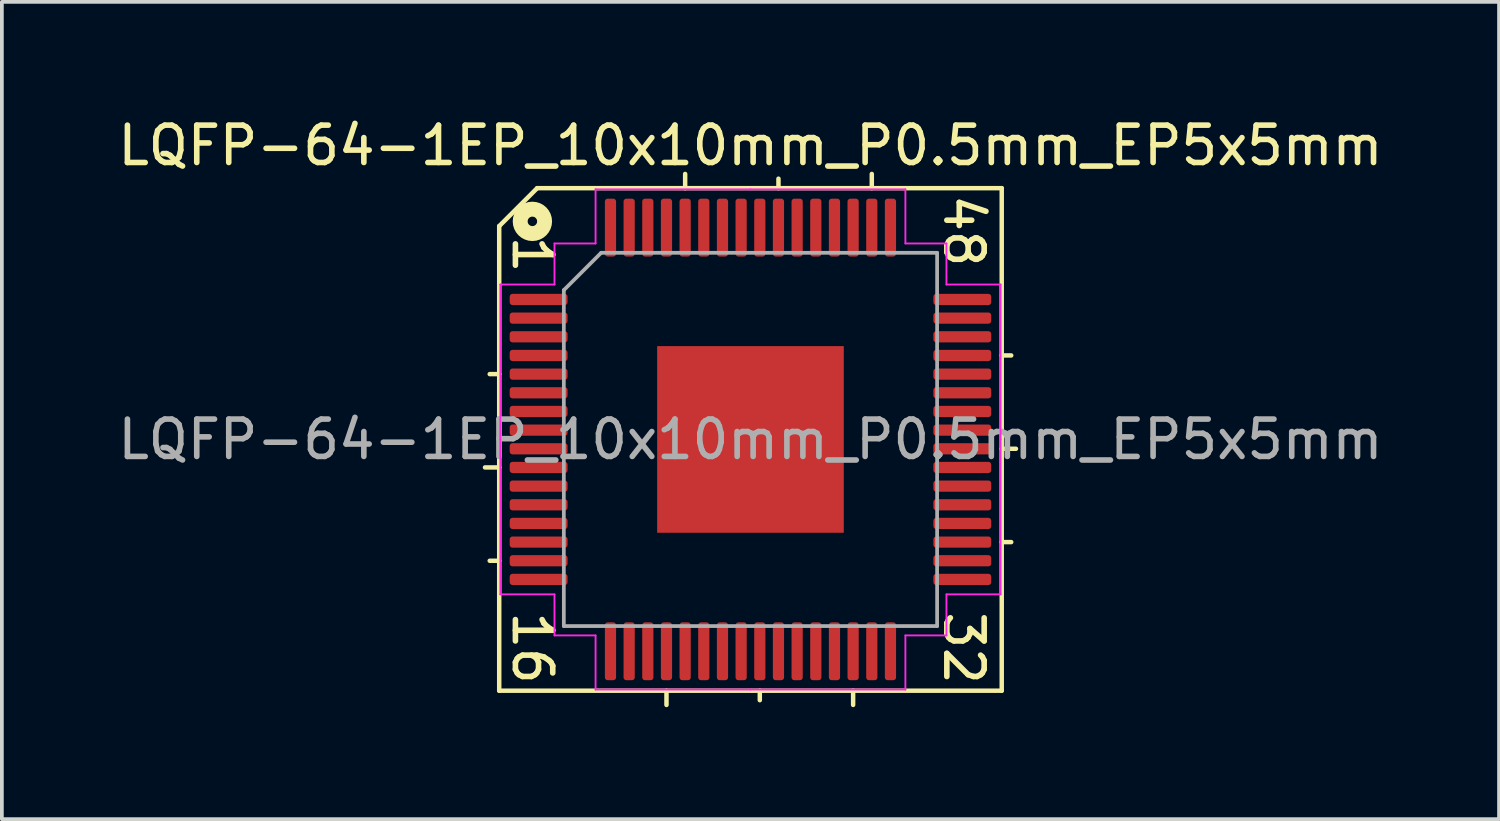
<source format=kicad_pcb>
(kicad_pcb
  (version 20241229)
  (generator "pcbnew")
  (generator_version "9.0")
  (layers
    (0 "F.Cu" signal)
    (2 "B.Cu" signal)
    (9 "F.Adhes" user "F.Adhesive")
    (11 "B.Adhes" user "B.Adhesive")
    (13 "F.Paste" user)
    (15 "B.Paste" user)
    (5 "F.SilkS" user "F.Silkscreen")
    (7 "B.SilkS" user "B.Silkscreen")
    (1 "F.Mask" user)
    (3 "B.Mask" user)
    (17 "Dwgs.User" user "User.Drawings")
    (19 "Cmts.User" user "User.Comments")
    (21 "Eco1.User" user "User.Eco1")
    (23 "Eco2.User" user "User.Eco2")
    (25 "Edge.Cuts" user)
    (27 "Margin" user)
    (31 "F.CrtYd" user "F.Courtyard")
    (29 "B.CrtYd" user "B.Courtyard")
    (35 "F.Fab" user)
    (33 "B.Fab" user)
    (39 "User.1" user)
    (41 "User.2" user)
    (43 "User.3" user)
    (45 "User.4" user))
  (footprint "LQFP-64-1EP_10x10mm_P0.5mm_EP5x5mm"
    (layer "F.Cu")
    (at 17.054 8.722)
    (property "Reference" "LQFP-64-1EP_10x10mm_P0.5mm_EP5x5mm" (at 0 -7.874 0) (layer "F.SilkS") (effects (font (size 1 1) (thickness 0.15))))
    (attr smd)
    (fp_line (start -6.731 -5.715) (end -6.731 6.731) (stroke (width 0.12) (type solid)) (layer "F.SilkS"))
    (fp_line (start -6.731 -1.75) (end -6.985 -1.75) (stroke (width 0.12) (type solid)) (layer "F.SilkS"))
    (fp_line (start -6.731 0.75) (end -7.112 0.75) (stroke (width 0.12) (type solid)) (layer "F.SilkS"))
    (fp_line (start -6.731 3.25) (end -6.985 3.25) (stroke (width 0.12) (type solid)) (layer "F.SilkS"))
    (fp_line (start -6.731 6.731) (end 6.731 6.731) (stroke (width 0.12) (type solid)) (layer "F.SilkS"))
    (fp_line (start -5.715 -6.731) (end -6.731 -5.715) (stroke (width 0.12) (type solid)) (layer "F.SilkS"))
    (fp_line (start -2.25 6.731) (end -2.25 7.112) (stroke (width 0.12) (type solid)) (layer "F.SilkS"))
    (fp_line (start -1.75 -6.731) (end -1.75 -7.112) (stroke (width 0.12) (type solid)) (layer "F.SilkS"))
    (fp_line (start 0.25 6.731) (end 0.25 6.985) (stroke (width 0.12) (type solid)) (layer "F.SilkS"))
    (fp_line (start 0.75 -6.731) (end 0.75 -6.985) (stroke (width 0.12) (type solid)) (layer "F.SilkS"))
    (fp_line (start 2.75 7.112) (end 2.75 6.731) (stroke (width 0.12) (type solid)) (layer "F.SilkS"))
    (fp_line (start 3.25 -6.731) (end 3.25 -7.112) (stroke (width 0.12) (type solid)) (layer "F.SilkS"))
    (fp_line (start 6.731 -6.731) (end -5.715 -6.731) (stroke (width 0.12) (type solid)) (layer "F.SilkS"))
    (fp_line (start 6.731 -2.25) (end 6.985 -2.25) (stroke (width 0.12) (type solid)) (layer "F.SilkS"))
    (fp_line (start 6.731 0.25) (end 7.112 0.25) (stroke (width 0.12) (type solid)) (layer "F.SilkS"))
    (fp_line (start 6.731 2.75) (end 6.985 2.75) (stroke (width 0.12) (type solid)) (layer "F.SilkS"))
    (fp_line (start 6.731 6.731) (end 6.731 -6.731) (stroke (width 0.12) (type solid)) (layer "F.SilkS"))
    (fp_circle (center -5.842 -5.842) (end -5.715 -5.842) (stroke (width 0.4) (type solid)) (fill no) (layer "F.SilkS"))
    (fp_line (start -6.7 -4.15) (end -6.7 0) (stroke (width 0.05) (type solid)) (layer "F.CrtYd"))
    (fp_line (start -6.7 4.15) (end -6.7 0) (stroke (width 0.05) (type solid)) (layer "F.CrtYd"))
    (fp_line (start -5.25 -5.25) (end -5.25 -4.15) (stroke (width 0.05) (type solid)) (layer "F.CrtYd"))
    (fp_line (start -5.25 -4.15) (end -6.7 -4.15) (stroke (width 0.05) (type solid)) (layer "F.CrtYd"))
    (fp_line (start -5.25 4.15) (end -6.7 4.15) (stroke (width 0.05) (type solid)) (layer "F.CrtYd"))
    (fp_line (start -5.25 5.25) (end -5.25 4.15) (stroke (width 0.05) (type solid)) (layer "F.CrtYd"))
    (fp_line (start -4.15 -6.7) (end -4.15 -5.25) (stroke (width 0.05) (type solid)) (layer "F.CrtYd"))
    (fp_line (start -4.15 -5.25) (end -5.25 -5.25) (stroke (width 0.05) (type solid)) (layer "F.CrtYd"))
    (fp_line (start -4.15 5.25) (end -5.25 5.25) (stroke (width 0.05) (type solid)) (layer "F.CrtYd"))
    (fp_line (start -4.15 6.7) (end -4.15 5.25) (stroke (width 0.05) (type solid)) (layer "F.CrtYd"))
    (fp_line (start 0 -6.7) (end -4.15 -6.7) (stroke (width 0.05) (type solid)) (layer "F.CrtYd"))
    (fp_line (start 0 -6.7) (end 4.15 -6.7) (stroke (width 0.05) (type solid)) (layer "F.CrtYd"))
    (fp_line (start 0 6.7) (end -4.15 6.7) (stroke (width 0.05) (type solid)) (layer "F.CrtYd"))
    (fp_line (start 0 6.7) (end 4.15 6.7) (stroke (width 0.05) (type solid)) (layer "F.CrtYd"))
    (fp_line (start 4.15 -6.7) (end 4.15 -5.25) (stroke (width 0.05) (type solid)) (layer "F.CrtYd"))
    (fp_line (start 4.15 -5.25) (end 5.25 -5.25) (stroke (width 0.05) (type solid)) (layer "F.CrtYd"))
    (fp_line (start 4.15 5.25) (end 5.25 5.25) (stroke (width 0.05) (type solid)) (layer "F.CrtYd"))
    (fp_line (start 4.15 6.7) (end 4.15 5.25) (stroke (width 0.05) (type solid)) (layer "F.CrtYd"))
    (fp_line (start 5.25 -5.25) (end 5.25 -4.15) (stroke (width 0.05) (type solid)) (layer "F.CrtYd"))
    (fp_line (start 5.25 -4.15) (end 6.7 -4.15) (stroke (width 0.05) (type solid)) (layer "F.CrtYd"))
    (fp_line (start 5.25 4.15) (end 6.7 4.15) (stroke (width 0.05) (type solid)) (layer "F.CrtYd"))
    (fp_line (start 5.25 5.25) (end 5.25 4.15) (stroke (width 0.05) (type solid)) (layer "F.CrtYd"))
    (fp_line (start 6.7 -4.15) (end 6.7 0) (stroke (width 0.05) (type solid)) (layer "F.CrtYd"))
    (fp_line (start 6.7 4.15) (end 6.7 0) (stroke (width 0.05) (type solid)) (layer "F.CrtYd"))
    (fp_line (start -5 -4) (end -4 -5) (stroke (width 0.1) (type solid)) (layer "F.Fab"))
    (fp_line (start -5 5) (end -5 -4) (stroke (width 0.1) (type solid)) (layer "F.Fab"))
    (fp_line (start -4 -5) (end 5 -5) (stroke (width 0.1) (type solid)) (layer "F.Fab"))
    (fp_line (start 5 -5) (end 5 5) (stroke (width 0.1) (type solid)) (layer "F.Fab"))
    (fp_line (start 5 5) (end -5 5) (stroke (width 0.1) (type solid)) (layer "F.Fab"))
    (fp_text user "32" (at 5.715 5.588 270) (unlocked yes) (layer "F.SilkS") (effects (font (size 1 1) (thickness 0.15))))
    (fp_text user "16" (at -5.842 5.588 270) (unlocked yes) (layer "F.SilkS") (effects (font (size 1 1) (thickness 0.15))))
    (fp_text user "1" (at -5.842 -4.953 270) (unlocked yes) (layer "F.SilkS") (effects (font (size 1 1) (thickness 0.15))))
    (fp_text user "48" (at 5.715 -5.588 270) (unlocked yes) (layer "F.SilkS") (effects (font (size 1 1) (thickness 0.15))))
    (fp_text user "${REFERENCE}" (at 0 0 0) (layer "F.Fab") (effects (font (size 1 1) (thickness 0.15))))
    (pad "" smd roundrect (at -2 -2) (size 0.81 0.81) (layers "F.Paste") (roundrect_rratio 0.25))
    (pad "" smd roundrect (at -2 -1) (size 0.81 0.81) (layers "F.Paste") (roundrect_rratio 0.25))
    (pad "" smd roundrect (at -2 0) (size 0.81 0.81) (layers "F.Paste") (roundrect_rratio 0.25))
    (pad "" smd roundrect (at -2 1) (size 0.81 0.81) (layers "F.Paste") (roundrect_rratio 0.25))
    (pad "" smd roundrect (at -2 2) (size 0.81 0.81) (layers "F.Paste") (roundrect_rratio 0.25))
    (pad "" smd roundrect (at -1 -2) (size 0.81 0.81) (layers "F.Paste") (roundrect_rratio 0.25))
    (pad "" smd roundrect (at -1 -1) (size 0.81 0.81) (layers "F.Paste") (roundrect_rratio 0.25))
    (pad "" smd roundrect (at -1 0) (size 0.81 0.81) (layers "F.Paste") (roundrect_rratio 0.25))
    (pad "" smd roundrect (at -1 1) (size 0.81 0.81) (layers "F.Paste") (roundrect_rratio 0.25))
    (pad "" smd roundrect (at -1 2) (size 0.81 0.81) (layers "F.Paste") (roundrect_rratio 0.25))
    (pad "" smd roundrect (at 0 -2) (size 0.81 0.81) (layers "F.Paste") (roundrect_rratio 0.25))
    (pad "" smd roundrect (at 0 -1) (size 0.81 0.81) (layers "F.Paste") (roundrect_rratio 0.25))
    (pad "" smd roundrect (at 0 0) (size 0.81 0.81) (layers "F.Paste") (roundrect_rratio 0.25))
    (pad "" smd roundrect (at 0 1) (size 0.81 0.81) (layers "F.Paste") (roundrect_rratio 0.25))
    (pad "" smd roundrect (at 0 2) (size 0.81 0.81) (layers "F.Paste") (roundrect_rratio 0.25))
    (pad "" smd roundrect (at 1 -2) (size 0.81 0.81) (layers "F.Paste") (roundrect_rratio 0.25))
    (pad "" smd roundrect (at 1 -1) (size 0.81 0.81) (layers "F.Paste") (roundrect_rratio 0.25))
    (pad "" smd roundrect (at 1 0) (size 0.81 0.81) (layers "F.Paste") (roundrect_rratio 0.25))
    (pad "" smd roundrect (at 1 1) (size 0.81 0.81) (layers "F.Paste") (roundrect_rratio 0.25))
    (pad "" smd roundrect (at 1 2) (size 0.81 0.81) (layers "F.Paste") (roundrect_rratio 0.25))
    (pad "" smd roundrect (at 2 -2) (size 0.81 0.81) (layers "F.Paste") (roundrect_rratio 0.25))
    (pad "" smd roundrect (at 2 -1) (size 0.81 0.81) (layers "F.Paste") (roundrect_rratio 0.25))
    (pad "" smd roundrect (at 2 0) (size 0.81 0.81) (layers "F.Paste") (roundrect_rratio 0.25))
    (pad "" smd roundrect (at 2 1) (size 0.81 0.81) (layers "F.Paste") (roundrect_rratio 0.25))
    (pad "" smd roundrect (at 2 2) (size 0.81 0.81) (layers "F.Paste") (roundrect_rratio 0.25))
    (pad "1" smd roundrect (at -5.675 -3.75) (size 1.55 0.3) (layers "F.Cu" "F.Mask" "F.Paste") (roundrect_rratio 0.25))
    (pad "2" smd roundrect (at -5.675 -3.25) (size 1.55 0.3) (layers "F.Cu" "F.Mask" "F.Paste") (roundrect_rratio 0.25))
    (pad "3" smd roundrect (at -5.675 -2.75) (size 1.55 0.3) (layers "F.Cu" "F.Mask" "F.Paste") (roundrect_rratio 0.25))
    (pad "4" smd roundrect (at -5.675 -2.25) (size 1.55 0.3) (layers "F.Cu" "F.Mask" "F.Paste") (roundrect_rratio 0.25))
    (pad "5" smd roundrect (at -5.675 -1.75) (size 1.55 0.3) (layers "F.Cu" "F.Mask" "F.Paste") (roundrect_rratio 0.25))
    (pad "6" smd roundrect (at -5.675 -1.25) (size 1.55 0.3) (layers "F.Cu" "F.Mask" "F.Paste") (roundrect_rratio 0.25))
    (pad "7" smd roundrect (at -5.675 -0.75) (size 1.55 0.3) (layers "F.Cu" "F.Mask" "F.Paste") (roundrect_rratio 0.25))
    (pad "8" smd roundrect (at -5.675 -0.25) (size 1.55 0.3) (layers "F.Cu" "F.Mask" "F.Paste") (roundrect_rratio 0.25))
    (pad "9" smd roundrect (at -5.675 0.25) (size 1.55 0.3) (layers "F.Cu" "F.Mask" "F.Paste") (roundrect_rratio 0.25))
    (pad "10" smd roundrect (at -5.675 0.75) (size 1.55 0.3) (layers "F.Cu" "F.Mask" "F.Paste") (roundrect_rratio 0.25))
    (pad "11" smd roundrect (at -5.675 1.25) (size 1.55 0.3) (layers "F.Cu" "F.Mask" "F.Paste") (roundrect_rratio 0.25))
    (pad "12" smd roundrect (at -5.675 1.75) (size 1.55 0.3) (layers "F.Cu" "F.Mask" "F.Paste") (roundrect_rratio 0.25))
    (pad "13" smd roundrect (at -5.675 2.25) (size 1.55 0.3) (layers "F.Cu" "F.Mask" "F.Paste") (roundrect_rratio 0.25))
    (pad "14" smd roundrect (at -5.675 2.75) (size 1.55 0.3) (layers "F.Cu" "F.Mask" "F.Paste") (roundrect_rratio 0.25))
    (pad "15" smd roundrect (at -5.675 3.25) (size 1.55 0.3) (layers "F.Cu" "F.Mask" "F.Paste") (roundrect_rratio 0.25))
    (pad "16" smd roundrect (at -5.675 3.75) (size 1.55 0.3) (layers "F.Cu" "F.Mask" "F.Paste") (roundrect_rratio 0.25))
    (pad "17" smd roundrect (at -3.75 5.675) (size 0.3 1.55) (layers "F.Cu" "F.Mask" "F.Paste") (roundrect_rratio 0.25))
    (pad "18" smd roundrect (at -3.25 5.675) (size 0.3 1.55) (layers "F.Cu" "F.Mask" "F.Paste") (roundrect_rratio 0.25))
    (pad "19" smd roundrect (at -2.75 5.675) (size 0.3 1.55) (layers "F.Cu" "F.Mask" "F.Paste") (roundrect_rratio 0.25))
    (pad "20" smd roundrect (at -2.25 5.675) (size 0.3 1.55) (layers "F.Cu" "F.Mask" "F.Paste") (roundrect_rratio 0.25))
    (pad "21" smd roundrect (at -1.75 5.675) (size 0.3 1.55) (layers "F.Cu" "F.Mask" "F.Paste") (roundrect_rratio 0.25))
    (pad "22" smd roundrect (at -1.25 5.675) (size 0.3 1.55) (layers "F.Cu" "F.Mask" "F.Paste") (roundrect_rratio 0.25))
    (pad "23" smd roundrect (at -0.75 5.675) (size 0.3 1.55) (layers "F.Cu" "F.Mask" "F.Paste") (roundrect_rratio 0.25))
    (pad "24" smd roundrect (at -0.25 5.675) (size 0.3 1.55) (layers "F.Cu" "F.Mask" "F.Paste") (roundrect_rratio 0.25))
    (pad "25" smd roundrect (at 0.25 5.675) (size 0.3 1.55) (layers "F.Cu" "F.Mask" "F.Paste") (roundrect_rratio 0.25))
    (pad "26" smd roundrect (at 0.75 5.675) (size 0.3 1.55) (layers "F.Cu" "F.Mask" "F.Paste") (roundrect_rratio 0.25))
    (pad "27" smd roundrect (at 1.25 5.675) (size 0.3 1.55) (layers "F.Cu" "F.Mask" "F.Paste") (roundrect_rratio 0.25))
    (pad "28" smd roundrect (at 1.75 5.675) (size 0.3 1.55) (layers "F.Cu" "F.Mask" "F.Paste") (roundrect_rratio 0.25))
    (pad "29" smd roundrect (at 2.25 5.675) (size 0.3 1.55) (layers "F.Cu" "F.Mask" "F.Paste") (roundrect_rratio 0.25))
    (pad "30" smd roundrect (at 2.75 5.675) (size 0.3 1.55) (layers "F.Cu" "F.Mask" "F.Paste") (roundrect_rratio 0.25))
    (pad "31" smd roundrect (at 3.25 5.675) (size 0.3 1.55) (layers "F.Cu" "F.Mask" "F.Paste") (roundrect_rratio 0.25))
    (pad "32" smd roundrect (at 3.75 5.675) (size 0.3 1.55) (layers "F.Cu" "F.Mask" "F.Paste") (roundrect_rratio 0.25))
    (pad "33" smd roundrect (at 5.675 3.75) (size 1.55 0.3) (layers "F.Cu" "F.Mask" "F.Paste") (roundrect_rratio 0.25))
    (pad "34" smd roundrect (at 5.675 3.25) (size 1.55 0.3) (layers "F.Cu" "F.Mask" "F.Paste") (roundrect_rratio 0.25))
    (pad "35" smd roundrect (at 5.675 2.75) (size 1.55 0.3) (layers "F.Cu" "F.Mask" "F.Paste") (roundrect_rratio 0.25))
    (pad "36" smd roundrect (at 5.675 2.25) (size 1.55 0.3) (layers "F.Cu" "F.Mask" "F.Paste") (roundrect_rratio 0.25))
    (pad "37" smd roundrect (at 5.675 1.75) (size 1.55 0.3) (layers "F.Cu" "F.Mask" "F.Paste") (roundrect_rratio 0.25))
    (pad "38" smd roundrect (at 5.675 1.25) (size 1.55 0.3) (layers "F.Cu" "F.Mask" "F.Paste") (roundrect_rratio 0.25))
    (pad "39" smd roundrect (at 5.675 0.75) (size 1.55 0.3) (layers "F.Cu" "F.Mask" "F.Paste") (roundrect_rratio 0.25))
    (pad "40" smd roundrect (at 5.675 0.25) (size 1.55 0.3) (layers "F.Cu" "F.Mask" "F.Paste") (roundrect_rratio 0.25))
    (pad "41" smd roundrect (at 5.675 -0.25) (size 1.55 0.3) (layers "F.Cu" "F.Mask" "F.Paste") (roundrect_rratio 0.25))
    (pad "42" smd roundrect (at 5.675 -0.75) (size 1.55 0.3) (layers "F.Cu" "F.Mask" "F.Paste") (roundrect_rratio 0.25))
    (pad "43" smd roundrect (at 5.675 -1.25) (size 1.55 0.3) (layers "F.Cu" "F.Mask" "F.Paste") (roundrect_rratio 0.25))
    (pad "44" smd roundrect (at 5.675 -1.75) (size 1.55 0.3) (layers "F.Cu" "F.Mask" "F.Paste") (roundrect_rratio 0.25))
    (pad "45" smd roundrect (at 5.675 -2.25) (size 1.55 0.3) (layers "F.Cu" "F.Mask" "F.Paste") (roundrect_rratio 0.25))
    (pad "46" smd roundrect (at 5.675 -2.75) (size 1.55 0.3) (layers "F.Cu" "F.Mask" "F.Paste") (roundrect_rratio 0.25))
    (pad "47" smd roundrect (at 5.675 -3.25) (size 1.55 0.3) (layers "F.Cu" "F.Mask" "F.Paste") (roundrect_rratio 0.25))
    (pad "48" smd roundrect (at 5.675 -3.75) (size 1.55 0.3) (layers "F.Cu" "F.Mask" "F.Paste") (roundrect_rratio 0.25))
    (pad "49" smd roundrect (at 3.75 -5.675) (size 0.3 1.55) (layers "F.Cu" "F.Mask" "F.Paste") (roundrect_rratio 0.25))
    (pad "50" smd roundrect (at 3.25 -5.675) (size 0.3 1.55) (layers "F.Cu" "F.Mask" "F.Paste") (roundrect_rratio 0.25))
    (pad "51" smd roundrect (at 2.75 -5.675) (size 0.3 1.55) (layers "F.Cu" "F.Mask" "F.Paste") (roundrect_rratio 0.25))
    (pad "52" smd roundrect (at 2.25 -5.675) (size 0.3 1.55) (layers "F.Cu" "F.Mask" "F.Paste") (roundrect_rratio 0.25))
    (pad "53" smd roundrect (at 1.75 -5.675) (size 0.3 1.55) (layers "F.Cu" "F.Mask" "F.Paste") (roundrect_rratio 0.25))
    (pad "54" smd roundrect (at 1.25 -5.675) (size 0.3 1.55) (layers "F.Cu" "F.Mask" "F.Paste") (roundrect_rratio 0.25))
    (pad "55" smd roundrect (at 0.75 -5.675) (size 0.3 1.55) (layers "F.Cu" "F.Mask" "F.Paste") (roundrect_rratio 0.25))
    (pad "56" smd roundrect (at 0.25 -5.675) (size 0.3 1.55) (layers "F.Cu" "F.Mask" "F.Paste") (roundrect_rratio 0.25))
    (pad "57" smd roundrect (at -0.25 -5.675) (size 0.3 1.55) (layers "F.Cu" "F.Mask" "F.Paste") (roundrect_rratio 0.25))
    (pad "58" smd roundrect (at -0.75 -5.675) (size 0.3 1.55) (layers "F.Cu" "F.Mask" "F.Paste") (roundrect_rratio 0.25))
    (pad "59" smd roundrect (at -1.25 -5.675) (size 0.3 1.55) (layers "F.Cu" "F.Mask" "F.Paste") (roundrect_rratio 0.25))
    (pad "60" smd roundrect (at -1.75 -5.675) (size 0.3 1.55) (layers "F.Cu" "F.Mask" "F.Paste") (roundrect_rratio 0.25))
    (pad "61" smd roundrect (at -2.25 -5.675) (size 0.3 1.55) (layers "F.Cu" "F.Mask" "F.Paste") (roundrect_rratio 0.25))
    (pad "62" smd roundrect (at -2.75 -5.675) (size 0.3 1.55) (layers "F.Cu" "F.Mask" "F.Paste") (roundrect_rratio 0.25))
    (pad "63" smd roundrect (at -3.25 -5.675) (size 0.3 1.55) (layers "F.Cu" "F.Mask" "F.Paste") (roundrect_rratio 0.25))
    (pad "64" smd roundrect (at -3.75 -5.675) (size 0.3 1.55) (layers "F.Cu" "F.Mask" "F.Paste") (roundrect_rratio 0.25))
    (pad "65" smd rect (at 0 0) (size 5 5) (layers "F.Cu" "F.Mask")))
  (gr_rect
    (start -3 -3)
    (end 37.107 18.894)
    (stroke (width 0.1) (type default))
    (fill no)
    (layer "Edge.Cuts")))
</source>
